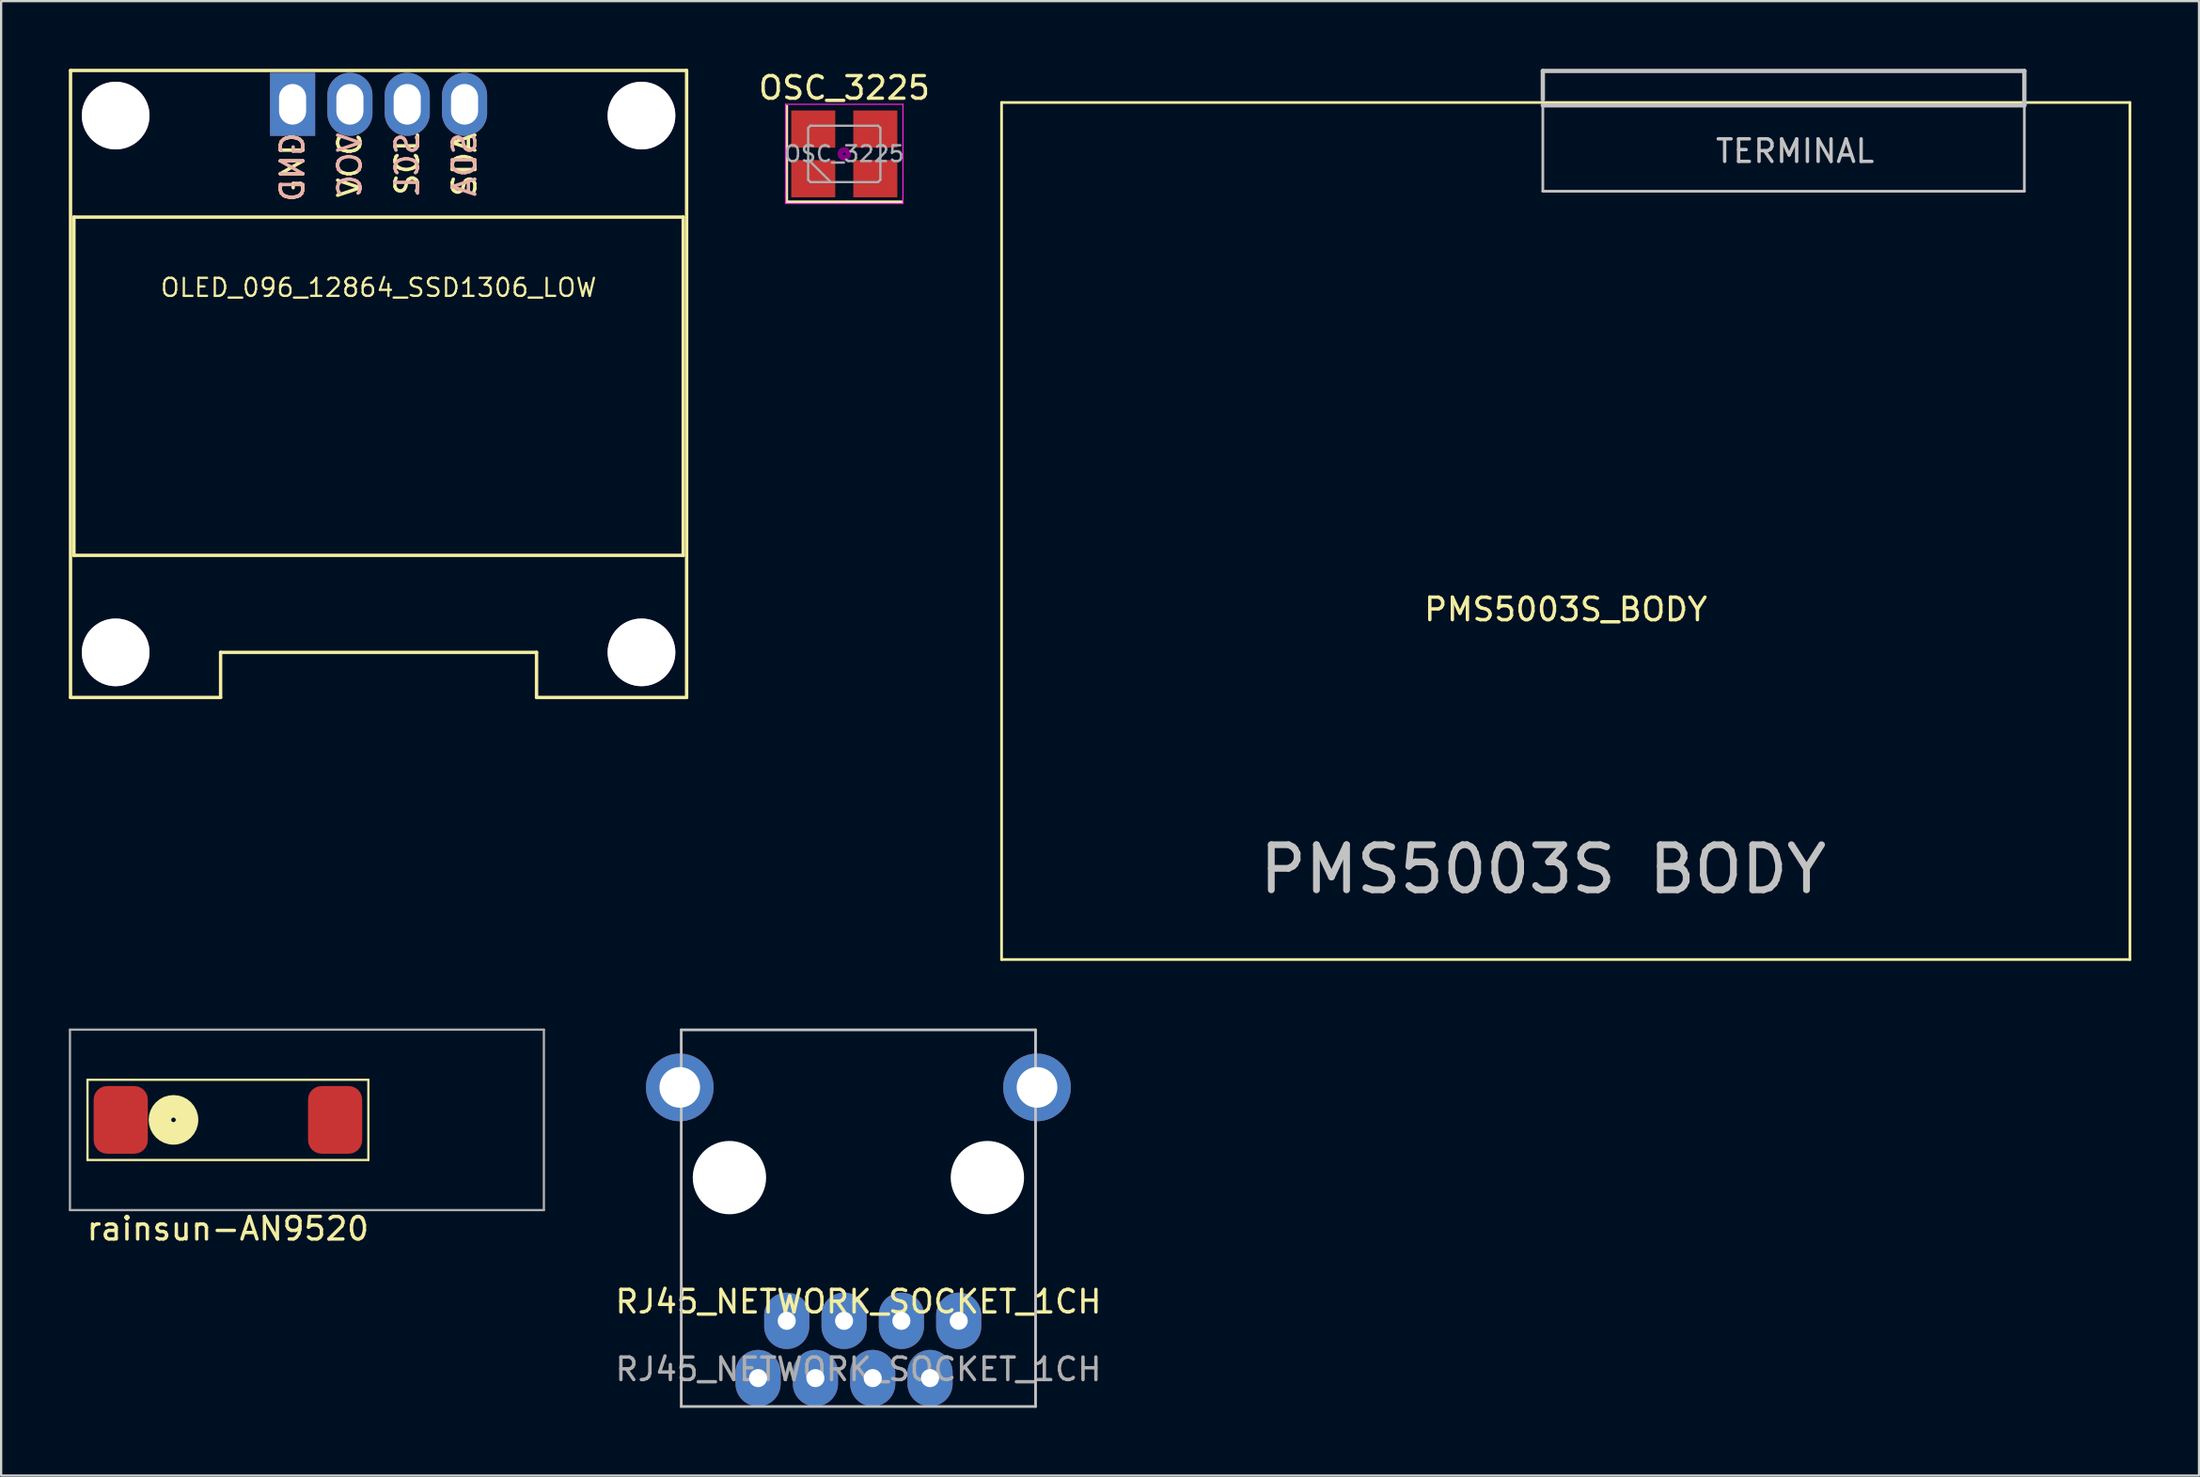
<source format=kicad_pcb>
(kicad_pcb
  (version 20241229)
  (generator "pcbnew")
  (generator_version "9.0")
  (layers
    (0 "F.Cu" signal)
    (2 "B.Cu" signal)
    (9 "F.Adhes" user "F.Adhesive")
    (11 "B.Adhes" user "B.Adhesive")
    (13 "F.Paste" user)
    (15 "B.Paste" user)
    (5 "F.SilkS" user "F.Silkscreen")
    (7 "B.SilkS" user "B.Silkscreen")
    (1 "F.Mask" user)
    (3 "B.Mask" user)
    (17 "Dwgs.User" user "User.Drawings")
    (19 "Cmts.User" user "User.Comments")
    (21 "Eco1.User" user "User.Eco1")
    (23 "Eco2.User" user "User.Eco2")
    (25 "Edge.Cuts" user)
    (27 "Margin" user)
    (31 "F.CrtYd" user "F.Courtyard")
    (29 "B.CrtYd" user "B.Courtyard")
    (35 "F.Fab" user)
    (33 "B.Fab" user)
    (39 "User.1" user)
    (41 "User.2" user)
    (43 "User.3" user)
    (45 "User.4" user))
  (footprint "OLED_096_12864_SSD1306_LOW"
    (layer "F.Cu")
    (at 13.725 1.575)
    (property "Reference" "OLED_096_12864_SSD1306_LOW" (at 0 8.128 0) (layer "F.SilkS") (effects (font (size 0.8 0.8) (thickness 0.1))))
    (attr through_hole)
    (fp_line (start -13.65 -1.5) (end -13.65 26.3) (stroke (width 0.15) (type solid)) (layer "F.SilkS"))
    (fp_line (start -13.65 -1.5) (end 13.65 -1.5) (stroke (width 0.15) (type solid)) (layer "F.SilkS"))
    (fp_line (start -13.65 26.3) (end -7 26.3) (stroke (width 0.15) (type solid)) (layer "F.SilkS"))
    (fp_line (start -13.5 5) (end -13.5 20) (stroke (width 0.15) (type solid)) (layer "F.SilkS"))
    (fp_line (start -13.5 20) (end 13.5 20) (stroke (width 0.15) (type solid)) (layer "F.SilkS"))
    (fp_line (start -7 24.3) (end 7 24.3) (stroke (width 0.15) (type solid)) (layer "F.SilkS"))
    (fp_line (start -7 26.3) (end -7 24.3) (stroke (width 0.15) (type solid)) (layer "F.SilkS"))
    (fp_line (start 7 26.3) (end 7 24.3) (stroke (width 0.15) (type solid)) (layer "F.SilkS"))
    (fp_line (start 13.5 5) (end -13.5 5) (stroke (width 0.15) (type solid)) (layer "F.SilkS"))
    (fp_line (start 13.5 20) (end 13.5 5) (stroke (width 0.15) (type solid)) (layer "F.SilkS"))
    (fp_line (start 13.65 -1.5) (end 13.65 26.3) (stroke (width 0.15) (type solid)) (layer "F.SilkS"))
    (fp_line (start 13.65 26.3) (end 7 26.3) (stroke (width 0.15) (type solid)) (layer "F.SilkS"))
    (fp_text user "VCC" (at -1.27 2.699 90) (layer "F.SilkS") (effects (font (size 1 1) (thickness 0.15))))
    (fp_text user "SDA" (at 3.81 2.675 90) (layer "F.SilkS") (effects (font (size 1 1) (thickness 0.15))))
    (fp_text user "GND" (at -3.81 2.794 90) (layer "F.SilkS") (effects (font (size 1 1) (thickness 0.15))))
    (fp_text user "SCL" (at 1.27 2.651 90) (layer "F.SilkS") (effects (font (size 1 1) (thickness 0.15))))
    (fp_text user "SDA" (at 3.81 2.675 90) (layer "B.SilkS") (effects (font (size 1 1) (thickness 0.15)) (justify mirror)))
    (fp_text user "SCL" (at 1.27 2.651 90) (layer "B.SilkS") (effects (font (size 1 1) (thickness 0.15)) (justify mirror)))
    (fp_text user "GND" (at -3.81 2.794 90) (layer "B.SilkS") (effects (font (size 1 1) (thickness 0.15)) (justify mirror)))
    (fp_text user "VCC" (at -1.27 2.699 90) (layer "B.SilkS") (effects (font (size 1 1) (thickness 0.15)) (justify mirror)))
    (pad "" thru_hole circle (at -11.65 0.5) (size 3 3) (drill 3) (layers "*.Cu" "*.Mask"))
    (pad "" thru_hole circle (at -11.65 24.3) (size 3 3) (drill 3) (layers "*.Cu" "*.Mask"))
    (pad "" thru_hole circle (at 11.65 0.5) (size 3 3) (drill 3) (layers "*.Cu" "*.Mask"))
    (pad "" thru_hole circle (at 11.65 24.3) (size 3 3) (drill 3) (layers "*.Cu" "*.Mask"))
    (pad "GND" thru_hole rect (at -3.81 0) (size 2 2.8) (drill oval 1.2 1.8) (layers "*.Cu" "*.Mask"))
    (pad "SCL" thru_hole oval (at 1.27 0) (size 2 2.8) (drill oval 1.2 1.8) (layers "*.Cu" "*.Mask"))
    (pad "SDA" thru_hole oval (at 3.81 0) (size 2 2.8) (drill oval 1.2 1.8) (layers "*.Cu" "*.Mask"))
    (pad "VCC" thru_hole oval (at -1.27 0) (size 2 2.8) (drill oval 1.2 1.8) (layers "*.Cu" "*.Mask")))
  (footprint "RJ45_NETWORK_SOCKET_1CH"
    (layer "F.Cu")
    (at 34.987 49.165)
    (property "Reference" "RJ45_NETWORK_SOCKET_1CH" (at 0 5.5 0) (unlocked yes) (layer "F.SilkS") (effects (font (size 1 1) (thickness 0.15))))
    (attr through_hole)
    (fp_line (start -7.85 -6.55) (end 7.85 -6.55) (stroke (width 0.12) (type solid)) (layer "Dwgs.User"))
    (fp_line (start -7.85 10.15) (end -7.85 -6.55) (stroke (width 0.12) (type solid)) (layer "Dwgs.User"))
    (fp_line (start 7.85 -6.55) (end 7.85 10.15) (stroke (width 0.12) (type solid)) (layer "Dwgs.User"))
    (fp_line (start 7.85 10.15) (end -7.85 10.15) (stroke (width 0.12) (type solid)) (layer "Dwgs.User"))
    (fp_text user "${REFERENCE}" (at 0 8.5 0) (unlocked yes) (layer "F.Fab") (effects (font (size 1 1) (thickness 0.15))))
    (pad "" np_thru_hole circle (at -5.715 0) (size 3.25 3.25) (drill 3.25) (layers "*.Cu" "*.Mask"))
    (pad "" np_thru_hole circle (at 5.715 0) (size 3.25 3.25) (drill 3.25) (layers "*.Cu" "*.Mask"))
    (pad "1" thru_hole oval (at -4.445 8.89) (size 2 2.5) (drill 0.8) (layers "*.Cu" "*.Mask"))
    (pad "2" thru_hole oval (at -3.175 6.35) (size 2 2.5) (drill 0.8) (layers "*.Cu" "*.Mask"))
    (pad "3" thru_hole oval (at -1.905 8.89) (size 2 2.5) (drill 0.8) (layers "*.Cu" "*.Mask"))
    (pad "4" thru_hole oval (at -0.635 6.35) (size 2 2.5) (drill 0.8) (layers "*.Cu" "*.Mask"))
    (pad "5" thru_hole oval (at 0.635 8.89) (size 2 2.5) (drill 0.8) (layers "*.Cu" "*.Mask"))
    (pad "6" thru_hole oval (at 1.905 6.35) (size 2 2.5) (drill 0.8) (layers "*.Cu" "*.Mask"))
    (pad "7" thru_hole oval (at 3.175 8.89) (size 2 2.5) (drill 0.8) (layers "*.Cu" "*.Mask"))
    (pad "8" thru_hole oval (at 4.445 6.35) (size 2 2.5) (drill 0.8) (layers "*.Cu" "*.Mask"))
    (pad "9" thru_hole circle (at -7.915 -4) (size 3 3) (drill 1.8) (layers "*.Cu" "*.Mask"))
    (pad "10" thru_hole circle (at 7.915 -4) (size 3 3) (drill 1.8) (layers "*.Cu" "*.Mask")))
  (footprint "OSC_3225"
    (layer "F.Cu")
    (at 34.361 3.773)
    (property "Reference" "OSC_3225" (at 0 -2.925 0) (layer "F.SilkS") (effects (font (size 1 1) (thickness 0.15))))
    (attr smd)
    (fp_line (start -2.55 -2.125) (end -2.55 2.125) (stroke (width 0.12) (type solid)) (layer "F.SilkS"))
    (fp_line (start -2.55 2.125) (end 2.55 2.125) (stroke (width 0.12) (type solid)) (layer "F.SilkS"))
    (fp_circle (center 0 0) (end 0.058 0) (stroke (width 0.117) (type solid)) (fill no) (layer "F.Adhes"))
    (fp_circle (center 0 0) (end 0.133 0) (stroke (width 0.083) (type solid)) (fill no) (layer "F.Adhes"))
    (fp_circle (center 0 0) (end 0.208 0) (stroke (width 0.083) (type solid)) (fill no) (layer "F.Adhes"))
    (fp_circle (center 0 0) (end 0.25 0) (stroke (width 0.1) (type solid)) (fill no) (layer "F.Adhes"))
    (fp_line (start -2.6 -2.2) (end -2.6 2.2) (stroke (width 0.05) (type solid)) (layer "F.CrtYd"))
    (fp_line (start -2.6 2.2) (end 2.6 2.2) (stroke (width 0.05) (type solid)) (layer "F.CrtYd"))
    (fp_line (start 2.6 -2.2) (end -2.6 -2.2) (stroke (width 0.05) (type solid)) (layer "F.CrtYd"))
    (fp_line (start 2.6 2.2) (end 2.6 -2.2) (stroke (width 0.05) (type solid)) (layer "F.CrtYd"))
    (fp_line (start -1.6 -1.15) (end -1.5 -1.25) (stroke (width 0.1) (type solid)) (layer "F.Fab"))
    (fp_line (start -1.6 0.25) (end -0.6 1.25) (stroke (width 0.1) (type solid)) (layer "F.Fab"))
    (fp_line (start -1.6 1.15) (end -1.6 -1.15) (stroke (width 0.1) (type solid)) (layer "F.Fab"))
    (fp_line (start -1.5 -1.25) (end 1.5 -1.25) (stroke (width 0.1) (type solid)) (layer "F.Fab"))
    (fp_line (start -1.5 1.25) (end -1.6 1.15) (stroke (width 0.1) (type solid)) (layer "F.Fab"))
    (fp_line (start 1.5 -1.25) (end 1.6 -1.15) (stroke (width 0.1) (type solid)) (layer "F.Fab"))
    (fp_line (start 1.5 1.25) (end -1.5 1.25) (stroke (width 0.1) (type solid)) (layer "F.Fab"))
    (fp_line (start 1.6 -1.15) (end 1.6 1.15) (stroke (width 0.1) (type solid)) (layer "F.Fab"))
    (fp_line (start 1.6 1.15) (end 1.5 1.25) (stroke (width 0.1) (type solid)) (layer "F.Fab"))
    (fp_text user "${REFERENCE}" (at 0 0 0) (layer "F.Fab") (effects (font (size 0.7 0.7) (thickness 0.105))))
    (pad "1" smd rect (at -1.375 1.1) (size 1.95 1.65) (layers "F.Cu" "F.Mask" "F.Paste"))
    (pad "2" smd rect (at -1.375 -1.1) (size 1.95 1.65) (layers "F.Cu" "F.Mask" "F.Paste"))
    (pad "2" smd rect (at 1.375 1.1) (size 1.95 1.65) (layers "F.Cu" "F.Mask" "F.Paste"))
    (pad "3" smd rect (at 1.375 -1.1) (size 1.95 1.65) (layers "F.Cu" "F.Mask" "F.Paste")))
  (footprint "rainsun-AN9520"
    (layer "F.Cu")
    (at 7.05 46.605)
    (property "Reference" "rainsun-AN9520" (at 0 4.826 0) (layer "F.SilkS") (effects (font (size 1 1) (thickness 0.15))))
    (attr through_hole)
    (fp_line (start -6.223 -1.778) (end -6.223 1.778) (stroke (width 0.1) (type solid)) (layer "F.SilkS"))
    (fp_line (start -6.223 -1.778) (end 6.223 -1.778) (stroke (width 0.1) (type solid)) (layer "F.SilkS"))
    (fp_line (start -6.223 1.778) (end 6.223 1.778) (stroke (width 0.1) (type solid)) (layer "F.SilkS"))
    (fp_line (start 6.223 1.778) (end 6.223 -1.778) (stroke (width 0.1) (type solid)) (layer "F.SilkS"))
    (fp_circle (center -2.413 0) (end -2.313 0) (stroke (width 1) (type solid)) (fill no) (layer "F.SilkS"))
    (fp_line (start -7 -4) (end -7 4) (stroke (width 0.1) (type solid)) (layer "F.Fab"))
    (fp_line (start -7 4) (end 14 4) (stroke (width 0.1) (type solid)) (layer "F.Fab"))
    (fp_line (start 14 -4) (end -7 -4) (stroke (width 0.1) (type solid)) (layer "F.Fab"))
    (fp_line (start 14 4) (end 14 -4) (stroke (width 0.1) (type solid)) (layer "F.Fab"))
    (pad "1" smd roundrect (at -4.75 0 90) (size 3 2.4) (layers "F.Cu" "F.Mask" "F.Paste") (roundrect_rratio 0.25))
    (pad "~" smd roundrect (at 4.75 0 90) (size 3 2.4) (layers "F.Cu" "F.Mask" "F.Paste") (roundrect_rratio 0.25)))
  (footprint "PMS5003S_BODY"
    (layer "F.Cu")
    (at 66.331 25.495)
    (property "Reference" "PMS5003S_BODY" (at 0 -1.524 180) (layer "F.SilkS") (effects (font (size 1 1) (thickness 0.15))))
    (attr through_hole)
    (fp_line (start -25 -24) (end -25 14) (stroke (width 0.12) (type solid)) (layer "F.SilkS"))
    (fp_line (start -25 -24) (end 25 -24) (stroke (width 0.12) (type solid)) (layer "F.SilkS"))
    (fp_line (start -25 14) (end 25 14) (stroke (width 0.12) (type solid)) (layer "F.SilkS"))
    (fp_line (start 25 -24) (end 25 14) (stroke (width 0.12) (type solid)) (layer "F.SilkS"))
    (fp_line (start -1.016 -25.4) (end 20.32 -25.4) (stroke (width 0.191) (type solid)) (layer "Dwgs.User"))
    (fp_line (start -1.016 -24.13) (end -1.016 -25.4) (stroke (width 0.191) (type solid)) (layer "Dwgs.User"))
    (fp_line (start -1.016 -23.876) (end -1.016 -20.066) (stroke (width 0.12) (type solid)) (layer "Dwgs.User"))
    (fp_line (start -1.016 -20.066) (end 20.32 -20.066) (stroke (width 0.12) (type solid)) (layer "Dwgs.User"))
    (fp_line (start 20.32 -25.4) (end 20.32 -23.876) (stroke (width 0.191) (type solid)) (layer "Dwgs.User"))
    (fp_line (start 20.32 -23.876) (end -1.016 -23.876) (stroke (width 0.191) (type solid)) (layer "Dwgs.User"))
    (fp_line (start 20.32 -20.066) (end 20.32 -23.876) (stroke (width 0.12) (type solid)) (layer "Dwgs.User"))
    (fp_text user "TERMINAL" (at 10.16 -21.844 0) (layer "Dwgs.User") (effects (font (size 1 1) (thickness 0.15))))
    (fp_text user "PMS5003S BODY" (at -1 10 0) (layer "Dwgs.User") (effects (font (size 2 2) (thickness 0.3)))))
  (gr_rect
    (start -3 -3)
    (end 94.391 62.375)
    (stroke (width 0.1) (type default))
    (fill no)
    (layer "Edge.Cuts")))
</source>
